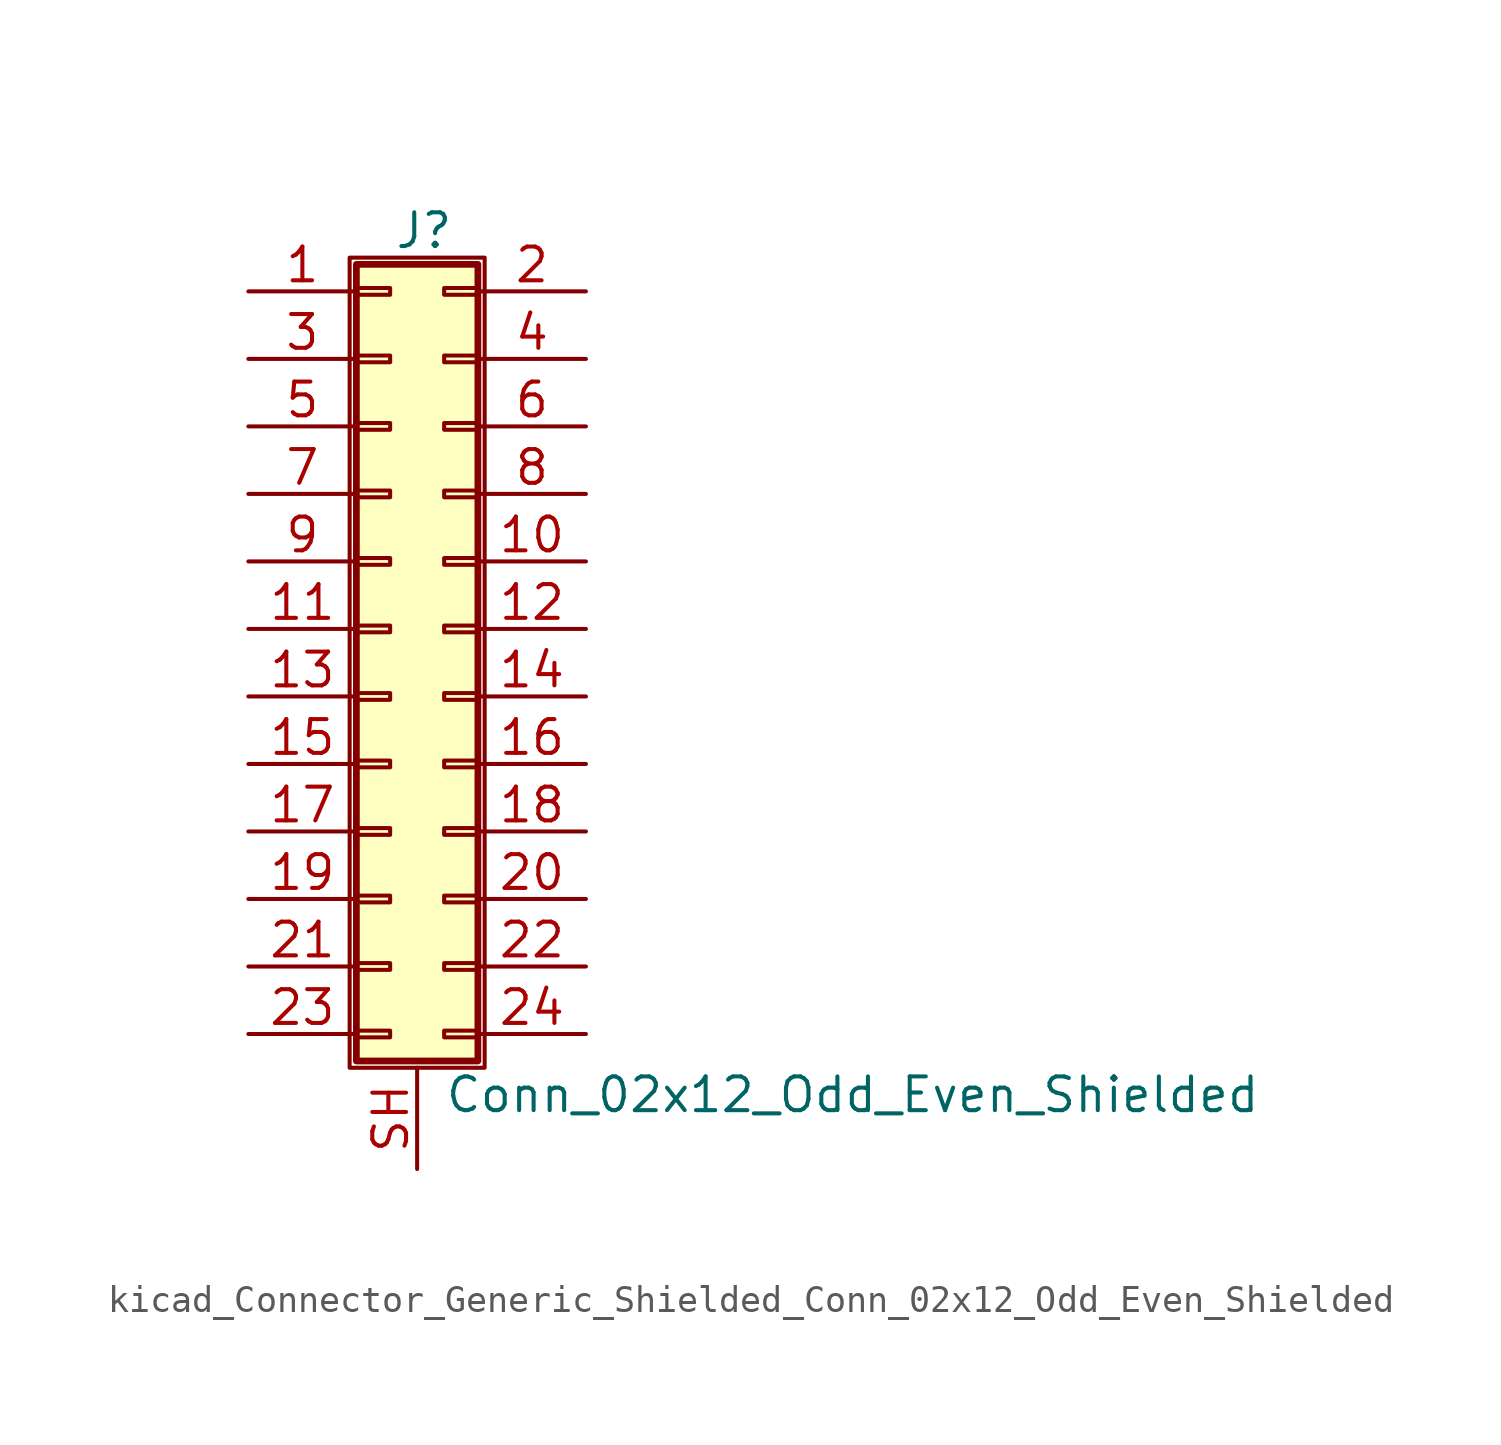
<source format=kicad_sym>
(kicad_symbol_lib
  (version 20220914)
  (generator kicad_symbol_editor)
  (symbol "kicad_Connector_Generic_Shielded_Conn_02x12_Odd_Even_Shielded"
    (pin_names
      (offset 1.016) hide)
    (property "Reference" "J"
      (at 1.524 14.986 0)
      (effects (font (size 1.27 1.27))))
    (property "Value" "Conn_02x12_Odd_Even_Shielded"
      (at 2.286 -17.526 0)
      (effects (font (size 1.27 1.27)) (justify left)))
    (symbol "kicad_Connector_Generic_Shielded_Conn_02x12_Odd_Even_Shielded_1_1"
      (rectangle (start -1.27 13.97) (end 3.81 -16.51) (stroke (width 0.152) (type default)) (fill (type none)))
      (rectangle (start -1.016 -15.113) (end 0.254 -15.367) (stroke (width 0.152) (type default)) (fill (type none)))
      (rectangle (start -1.016 -12.573) (end 0.254 -12.827) (stroke (width 0.152) (type default)) (fill (type none)))
      (rectangle (start -1.016 -10.033) (end 0.254 -10.287) (stroke (width 0.152) (type default)) (fill (type none)))
      (rectangle (start -1.016 -7.493) (end 0.254 -7.747) (stroke (width 0.152) (type default)) (fill (type none)))
      (rectangle (start -1.016 -4.953) (end 0.254 -5.207) (stroke (width 0.152) (type default)) (fill (type none)))
      (rectangle (start -1.016 -2.413) (end 0.254 -2.667) (stroke (width 0.152) (type default)) (fill (type none)))
      (rectangle (start -1.016 0.127) (end 0.254 -0.127) (stroke (width 0.152) (type default)) (fill (type none)))
      (rectangle (start -1.016 2.667) (end 0.254 2.413) (stroke (width 0.152) (type default)) (fill (type none)))
      (rectangle (start -1.016 5.207) (end 0.254 4.953) (stroke (width 0.152) (type default)) (fill (type none)))
      (rectangle (start -1.016 7.747) (end 0.254 7.493) (stroke (width 0.152) (type default)) (fill (type none)))
      (rectangle (start -1.016 10.287) (end 0.254 10.033) (stroke (width 0.152) (type default)) (fill (type none)))
      (rectangle (start -1.016 12.827) (end 0.254 12.573) (stroke (width 0.152) (type default)) (fill (type none)))
      (rectangle (start -1.016 13.716) (end 3.556 -16.256) (stroke (width 0.254) (type default)) (fill (type background)))
      (rectangle (start 3.556 -15.113) (end 2.286 -15.367) (stroke (width 0.152) (type default)) (fill (type none)))
      (rectangle (start 3.556 -12.573) (end 2.286 -12.827) (stroke (width 0.152) (type default)) (fill (type none)))
      (rectangle (start 3.556 -10.033) (end 2.286 -10.287) (stroke (width 0.152) (type default)) (fill (type none)))
      (rectangle (start 3.556 -7.493) (end 2.286 -7.747) (stroke (width 0.152) (type default)) (fill (type none)))
      (rectangle (start 3.556 -4.953) (end 2.286 -5.207) (stroke (width 0.152) (type default)) (fill (type none)))
      (rectangle (start 3.556 -2.413) (end 2.286 -2.667) (stroke (width 0.152) (type default)) (fill (type none)))
      (rectangle (start 3.556 0.127) (end 2.286 -0.127) (stroke (width 0.152) (type default)) (fill (type none)))
      (rectangle (start 3.556 2.667) (end 2.286 2.413) (stroke (width 0.152) (type default)) (fill (type none)))
      (rectangle (start 3.556 5.207) (end 2.286 4.953) (stroke (width 0.152) (type default)) (fill (type none)))
      (rectangle (start 3.556 7.747) (end 2.286 7.493) (stroke (width 0.152) (type default)) (fill (type none)))
      (rectangle (start 3.556 10.287) (end 2.286 10.033) (stroke (width 0.152) (type default)) (fill (type none)))
      (rectangle (start 3.556 12.827) (end 2.286 12.573) (stroke (width 0.152) (type default)) (fill (type none)))
      (pin passive line (at -5.08 12.7 0) (length 4.064) (name "Pin_1" (effects (font (size 1.27 1.27)))) (number "1" (effects (font (size 1.27 1.27)))))
      (pin passive line (at 7.62 2.54 180) (length 4.064) (name "Pin_10" (effects (font (size 1.27 1.27)))) (number "10" (effects (font (size 1.27 1.27)))))
      (pin passive line (at -5.08 0 0) (length 4.064) (name "Pin_11" (effects (font (size 1.27 1.27)))) (number "11" (effects (font (size 1.27 1.27)))))
      (pin passive line (at 7.62 0 180) (length 4.064) (name "Pin_12" (effects (font (size 1.27 1.27)))) (number "12" (effects (font (size 1.27 1.27)))))
      (pin passive line (at -5.08 -2.54 0) (length 4.064) (name "Pin_13" (effects (font (size 1.27 1.27)))) (number "13" (effects (font (size 1.27 1.27)))))
      (pin passive line (at 7.62 -2.54 180) (length 4.064) (name "Pin_14" (effects (font (size 1.27 1.27)))) (number "14" (effects (font (size 1.27 1.27)))))
      (pin passive line (at -5.08 -5.08 0) (length 4.064) (name "Pin_15" (effects (font (size 1.27 1.27)))) (number "15" (effects (font (size 1.27 1.27)))))
      (pin passive line (at 7.62 -5.08 180) (length 4.064) (name "Pin_16" (effects (font (size 1.27 1.27)))) (number "16" (effects (font (size 1.27 1.27)))))
      (pin passive line (at -5.08 -7.62 0) (length 4.064) (name "Pin_17" (effects (font (size 1.27 1.27)))) (number "17" (effects (font (size 1.27 1.27)))))
      (pin passive line (at 7.62 -7.62 180) (length 4.064) (name "Pin_18" (effects (font (size 1.27 1.27)))) (number "18" (effects (font (size 1.27 1.27)))))
      (pin passive line (at -5.08 -10.16 0) (length 4.064) (name "Pin_19" (effects (font (size 1.27 1.27)))) (number "19" (effects (font (size 1.27 1.27)))))
      (pin passive line (at 7.62 12.7 180) (length 4.064) (name "Pin_2" (effects (font (size 1.27 1.27)))) (number "2" (effects (font (size 1.27 1.27)))))
      (pin passive line (at 7.62 -10.16 180) (length 4.064) (name "Pin_20" (effects (font (size 1.27 1.27)))) (number "20" (effects (font (size 1.27 1.27)))))
      (pin passive line (at -5.08 -12.7 0) (length 4.064) (name "Pin_21" (effects (font (size 1.27 1.27)))) (number "21" (effects (font (size 1.27 1.27)))))
      (pin passive line (at 7.62 -12.7 180) (length 4.064) (name "Pin_22" (effects (font (size 1.27 1.27)))) (number "22" (effects (font (size 1.27 1.27)))))
      (pin passive line (at -5.08 -15.24 0) (length 4.064) (name "Pin_23" (effects (font (size 1.27 1.27)))) (number "23" (effects (font (size 1.27 1.27)))))
      (pin passive line (at 7.62 -15.24 180) (length 4.064) (name "Pin_24" (effects (font (size 1.27 1.27)))) (number "24" (effects (font (size 1.27 1.27)))))
      (pin passive line (at -5.08 10.16 0) (length 4.064) (name "Pin_3" (effects (font (size 1.27 1.27)))) (number "3" (effects (font (size 1.27 1.27)))))
      (pin passive line (at 7.62 10.16 180) (length 4.064) (name "Pin_4" (effects (font (size 1.27 1.27)))) (number "4" (effects (font (size 1.27 1.27)))))
      (pin passive line (at -5.08 7.62 0) (length 4.064) (name "Pin_5" (effects (font (size 1.27 1.27)))) (number "5" (effects (font (size 1.27 1.27)))))
      (pin passive line (at 7.62 7.62 180) (length 4.064) (name "Pin_6" (effects (font (size 1.27 1.27)))) (number "6" (effects (font (size 1.27 1.27)))))
      (pin passive line (at -5.08 5.08 0) (length 4.064) (name "Pin_7" (effects (font (size 1.27 1.27)))) (number "7" (effects (font (size 1.27 1.27)))))
      (pin passive line (at 7.62 5.08 180) (length 4.064) (name "Pin_8" (effects (font (size 1.27 1.27)))) (number "8" (effects (font (size 1.27 1.27)))))
      (pin passive line (at -5.08 2.54 0) (length 4.064) (name "Pin_9" (effects (font (size 1.27 1.27)))) (number "9" (effects (font (size 1.27 1.27)))))
      (pin passive line (at 1.27 -20.32 90) (length 3.81) (name "Shield" (effects (font (size 1.27 1.27)))) (number "SH" (effects (font (size 1.27 1.27))))))))
</source>
